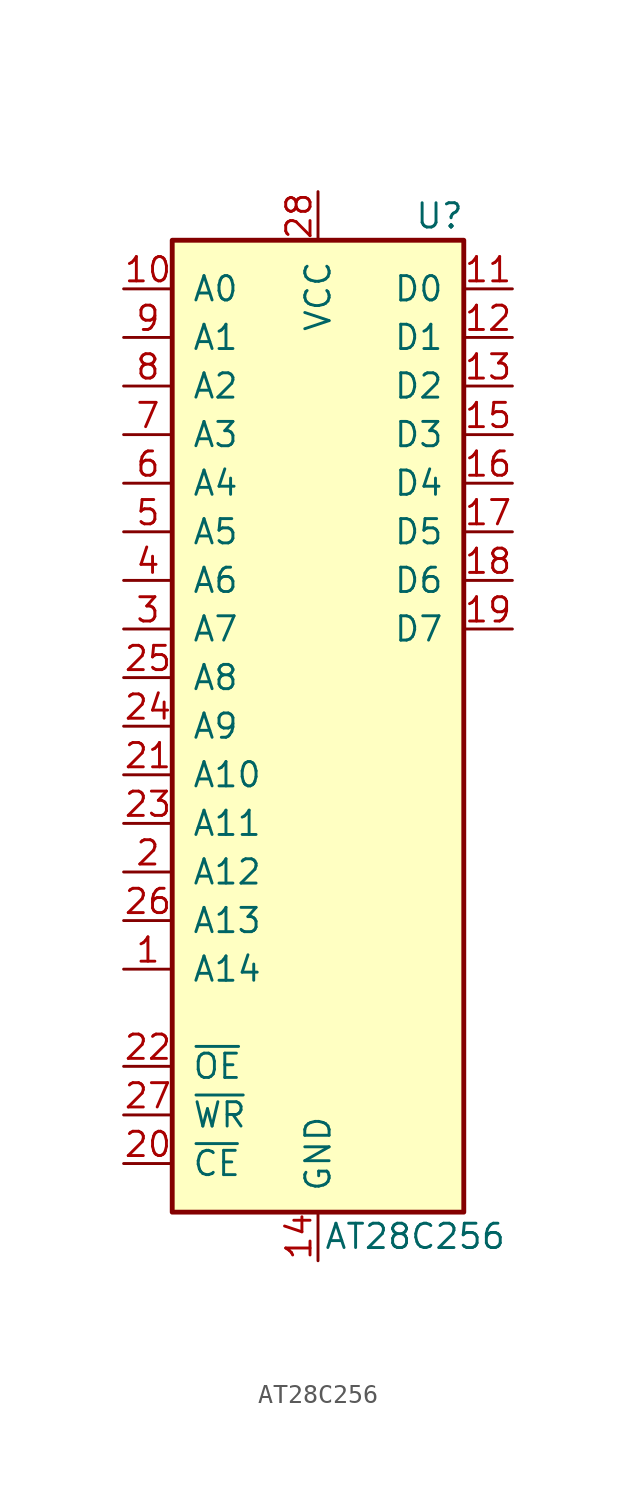
<source format=kicad_sym>
(kicad_symbol_lib
  (version 20220914)
  (generator kicad_symbol_editor)
  (symbol "AT28C256"
    (pin_names
      (offset 1.016))
    (property "Reference" "U"
      (at 6.35 26.67 0)
      (effects (font (size 1.27 1.27))))
    (property "Value" "AT28C256"
      (at 5.08 -26.67 0)
      (effects (font (size 1.27 1.27))))
    (symbol "AT28C256_1_1"
      (rectangle (start -7.62 25.4) (end 7.62 -25.4) (stroke (width 0.254) (type default)) (fill (type background)))
      (pin input line (at -10.16 -12.7 0) (length 2.54) (name "A14" (effects (font (size 1.27 1.27)))) (number "1" (effects (font (size 1.27 1.27)))))
      (pin input line (at -10.16 22.86 0) (length 2.54) (name "A0" (effects (font (size 1.27 1.27)))) (number "10" (effects (font (size 1.27 1.27)))))
      (pin tri_state line (at 10.16 22.86 180) (length 2.54) (name "D0" (effects (font (size 1.27 1.27)))) (number "11" (effects (font (size 1.27 1.27)))))
      (pin tri_state line (at 10.16 20.32 180) (length 2.54) (name "D1" (effects (font (size 1.27 1.27)))) (number "12" (effects (font (size 1.27 1.27)))))
      (pin tri_state line (at 10.16 17.78 180) (length 2.54) (name "D2" (effects (font (size 1.27 1.27)))) (number "13" (effects (font (size 1.27 1.27)))))
      (pin power_in line (at 0 -27.94 90) (length 2.54) (name "GND" (effects (font (size 1.27 1.27)))) (number "14" (effects (font (size 1.27 1.27)))))
      (pin tri_state line (at 10.16 15.24 180) (length 2.54) (name "D3" (effects (font (size 1.27 1.27)))) (number "15" (effects (font (size 1.27 1.27)))))
      (pin tri_state line (at 10.16 12.7 180) (length 2.54) (name "D4" (effects (font (size 1.27 1.27)))) (number "16" (effects (font (size 1.27 1.27)))))
      (pin tri_state line (at 10.16 10.16 180) (length 2.54) (name "D5" (effects (font (size 1.27 1.27)))) (number "17" (effects (font (size 1.27 1.27)))))
      (pin tri_state line (at 10.16 7.62 180) (length 2.54) (name "D6" (effects (font (size 1.27 1.27)))) (number "18" (effects (font (size 1.27 1.27)))))
      (pin tri_state line (at 10.16 5.08 180) (length 2.54) (name "D7" (effects (font (size 1.27 1.27)))) (number "19" (effects (font (size 1.27 1.27)))))
      (pin input line (at -10.16 -7.62 0) (length 2.54) (name "A12" (effects (font (size 1.27 1.27)))) (number "2" (effects (font (size 1.27 1.27)))))
      (pin input line (at -10.16 -22.86 0) (length 2.54) (name "~{CE}" (effects (font (size 1.27 1.27)))) (number "20" (effects (font (size 1.27 1.27)))))
      (pin input line (at -10.16 -2.54 0) (length 2.54) (name "A10" (effects (font (size 1.27 1.27)))) (number "21" (effects (font (size 1.27 1.27)))))
      (pin input line (at -10.16 -17.78 0) (length 2.54) (name "~{OE}" (effects (font (size 1.27 1.27)))) (number "22" (effects (font (size 1.27 1.27)))))
      (pin input line (at -10.16 -5.08 0) (length 2.54) (name "A11" (effects (font (size 1.27 1.27)))) (number "23" (effects (font (size 1.27 1.27)))))
      (pin input line (at -10.16 0 0) (length 2.54) (name "A9" (effects (font (size 1.27 1.27)))) (number "24" (effects (font (size 1.27 1.27)))))
      (pin input line (at -10.16 2.54 0) (length 2.54) (name "A8" (effects (font (size 1.27 1.27)))) (number "25" (effects (font (size 1.27 1.27)))))
      (pin input line (at -10.16 -10.16 0) (length 2.54) (name "A13" (effects (font (size 1.27 1.27)))) (number "26" (effects (font (size 1.27 1.27)))))
      (pin input line (at -10.16 -20.32 0) (length 2.54) (name "~{WR}" (effects (font (size 1.27 1.27)))) (number "27" (effects (font (size 1.27 1.27)))))
      (pin power_in line (at 0 27.94 270) (length 2.54) (name "VCC" (effects (font (size 1.27 1.27)))) (number "28" (effects (font (size 1.27 1.27)))))
      (pin input line (at -10.16 5.08 0) (length 2.54) (name "A7" (effects (font (size 1.27 1.27)))) (number "3" (effects (font (size 1.27 1.27)))))
      (pin input line (at -10.16 7.62 0) (length 2.54) (name "A6" (effects (font (size 1.27 1.27)))) (number "4" (effects (font (size 1.27 1.27)))))
      (pin input line (at -10.16 10.16 0) (length 2.54) (name "A5" (effects (font (size 1.27 1.27)))) (number "5" (effects (font (size 1.27 1.27)))))
      (pin input line (at -10.16 12.7 0) (length 2.54) (name "A4" (effects (font (size 1.27 1.27)))) (number "6" (effects (font (size 1.27 1.27)))))
      (pin input line (at -10.16 15.24 0) (length 2.54) (name "A3" (effects (font (size 1.27 1.27)))) (number "7" (effects (font (size 1.27 1.27)))))
      (pin input line (at -10.16 17.78 0) (length 2.54) (name "A2" (effects (font (size 1.27 1.27)))) (number "8" (effects (font (size 1.27 1.27)))))
      (pin input line (at -10.16 20.32 0) (length 2.54) (name "A1" (effects (font (size 1.27 1.27)))) (number "9" (effects (font (size 1.27 1.27))))))))
</source>
